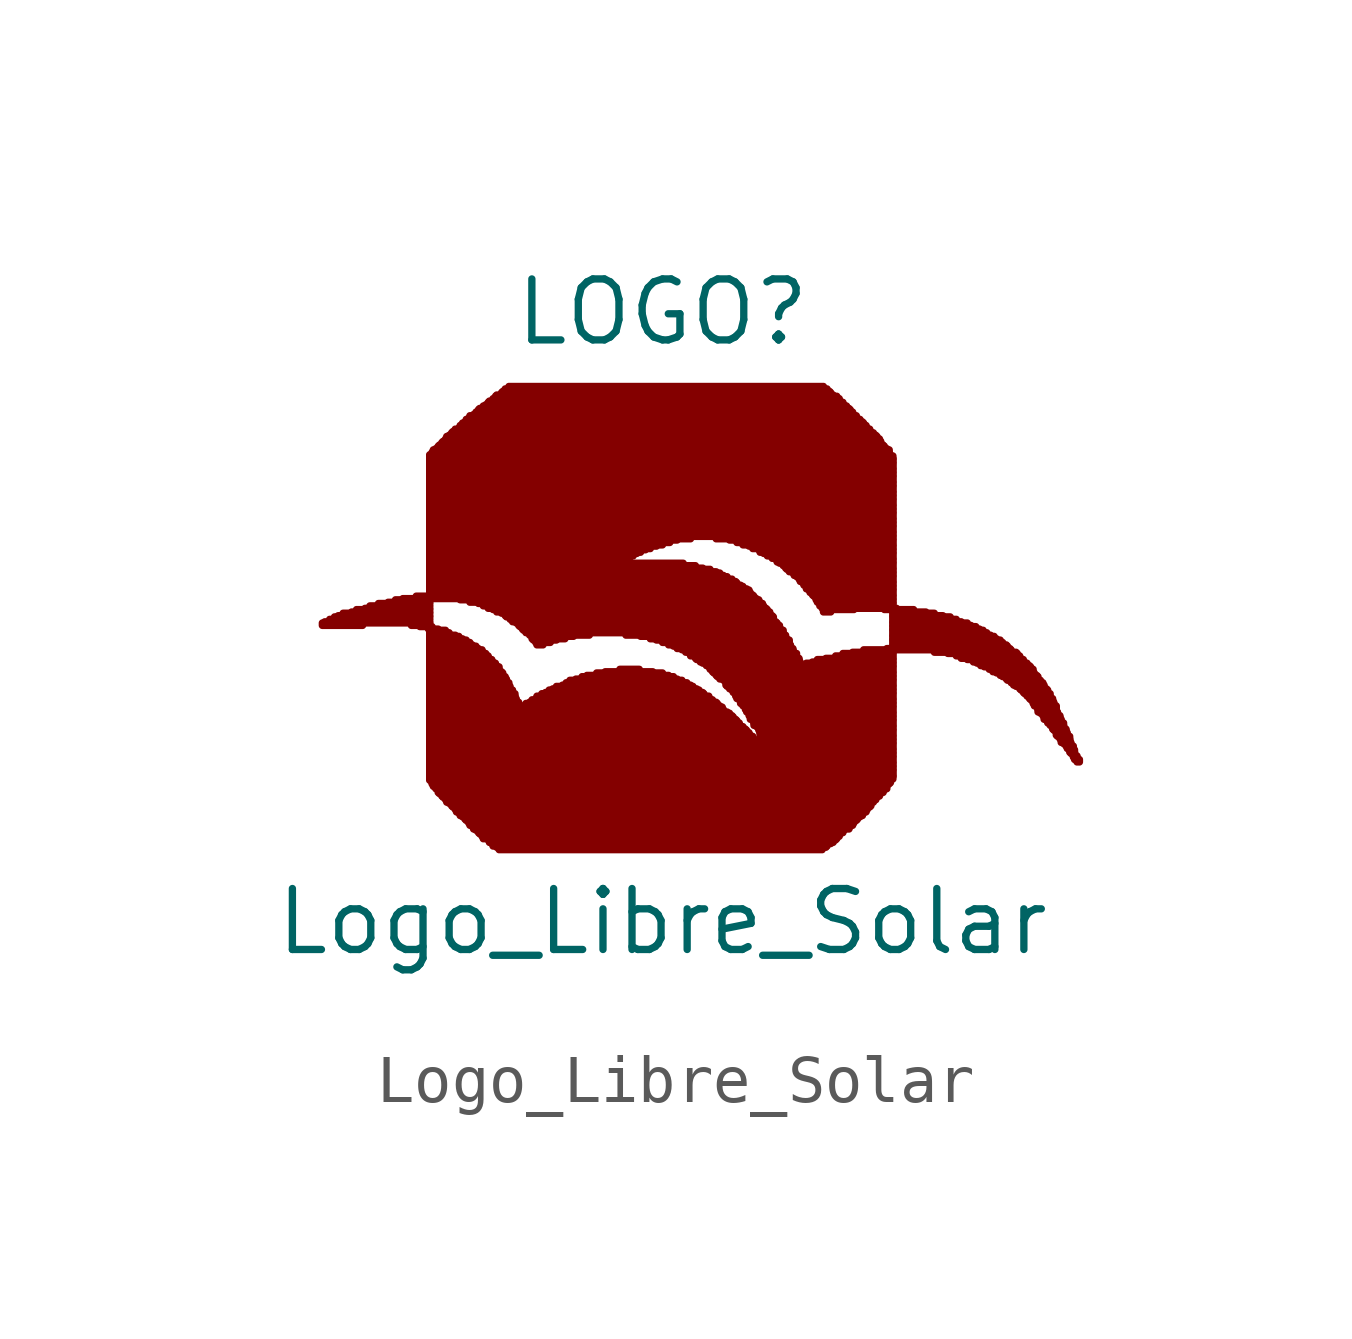
<source format=kicad_sym>
(kicad_symbol_lib
  (version 20220914)
  (generator kicad_symbol_editor)
  (symbol "Logo_Libre_Solar"
    (pin_numbers hide)
    (pin_names
      (offset 1.016) hide)
    (property "Reference" "LOGO"
      (at 0 6.985 0)
      (effects (font (size 1.27 1.27))))
    (property "Value" "Logo_Libre_Solar"
      (at 0 -5.715 0)
      (effects (font (size 1.27 1.27))))
    (symbol "Logo_Libre_Solar_1_1"
      (rectangle (start -7.087 0.457) (end -6.248 0.508) (stroke (width 0) (type default)) (fill (type outline)))
      (rectangle (start -7.036 0.508) (end -4.851 0.533) (stroke (width 0) (type default)) (fill (type outline)))
      (rectangle (start -6.934 0.533) (end -4.851 0.584) (stroke (width 0) (type default)) (fill (type outline)))
      (rectangle (start -6.833 0.584) (end -4.851 0.635) (stroke (width 0) (type default)) (fill (type outline)))
      (rectangle (start -6.756 0.635) (end -4.851 0.66) (stroke (width 0) (type default)) (fill (type outline)))
      (rectangle (start -6.655 0.66) (end -4.851 0.711) (stroke (width 0) (type default)) (fill (type outline)))
      (rectangle (start -6.477 0.711) (end -4.851 0.737) (stroke (width 0) (type default)) (fill (type outline)))
      (rectangle (start -6.375 0.737) (end -4.851 0.787) (stroke (width 0) (type default)) (fill (type outline)))
      (rectangle (start -6.198 0.787) (end -4.851 0.813) (stroke (width 0) (type default)) (fill (type outline)))
      (rectangle (start -6.096 0.813) (end -4.851 0.864) (stroke (width 0) (type default)) (fill (type outline)))
      (rectangle (start -5.918 0.864) (end -4.851 0.914) (stroke (width 0) (type default)) (fill (type outline)))
      (rectangle (start -5.715 0.914) (end -4.851 0.94) (stroke (width 0) (type default)) (fill (type outline)))
      (rectangle (start -5.563 0.94) (end -4.851 0.991) (stroke (width 0) (type default)) (fill (type outline)))
      (rectangle (start -5.41 0.991) (end -4.851 1.016) (stroke (width 0) (type default)) (fill (type outline)))
      (rectangle (start -5.232 0.457) (end -4.851 0.508) (stroke (width 0) (type default)) (fill (type outline)))
      (rectangle (start -5.131 1.016) (end 1.905 1.067) (stroke (width 0) (type default)) (fill (type outline)))
      (rectangle (start -5.055 0.432) (end -4.851 0.457) (stroke (width 0) (type default)) (fill (type outline)))
      (rectangle (start -4.877 0.381) (end -4.801 0.432) (stroke (width 0) (type default)) (fill (type outline)))
      (rectangle (start -4.851 -2.769) (end 4.75 -2.743) (stroke (width 0) (type default)) (fill (type outline)))
      (rectangle (start -4.851 -2.743) (end 4.801 -2.692) (stroke (width 0) (type default)) (fill (type outline)))
      (rectangle (start -4.851 -2.692) (end 4.801 -2.667) (stroke (width 0) (type default)) (fill (type outline)))
      (rectangle (start -4.851 -2.667) (end 4.801 -2.616) (stroke (width 0) (type default)) (fill (type outline)))
      (rectangle (start -4.851 -2.616) (end 4.801 -2.565) (stroke (width 0) (type default)) (fill (type outline)))
      (rectangle (start -4.851 -2.565) (end 4.801 -2.54) (stroke (width 0) (type default)) (fill (type outline)))
      (rectangle (start -4.851 -2.54) (end 4.801 -2.489) (stroke (width 0) (type default)) (fill (type outline)))
      (rectangle (start -4.851 -2.489) (end 4.801 -2.464) (stroke (width 0) (type default)) (fill (type outline)))
      (rectangle (start -4.851 -2.464) (end 4.801 -2.413) (stroke (width 0) (type default)) (fill (type outline)))
      (rectangle (start -4.851 -2.413) (end 4.801 -2.388) (stroke (width 0) (type default)) (fill (type outline)))
      (rectangle (start -4.851 -2.388) (end 2.362 -2.337) (stroke (width 0) (type default)) (fill (type outline)))
      (rectangle (start -4.851 -2.337) (end 2.311 -2.286) (stroke (width 0) (type default)) (fill (type outline)))
      (rectangle (start -4.851 -2.286) (end 2.286 -2.261) (stroke (width 0) (type default)) (fill (type outline)))
      (rectangle (start -4.851 -2.261) (end 2.235 -2.21) (stroke (width 0) (type default)) (fill (type outline)))
      (rectangle (start -4.851 -2.21) (end 2.184 -2.184) (stroke (width 0) (type default)) (fill (type outline)))
      (rectangle (start -4.851 -2.184) (end 2.159 -2.134) (stroke (width 0) (type default)) (fill (type outline)))
      (rectangle (start -4.851 -2.134) (end 2.108 -2.108) (stroke (width 0) (type default)) (fill (type outline)))
      (rectangle (start -4.851 -2.108) (end 2.083 -2.057) (stroke (width 0) (type default)) (fill (type outline)))
      (rectangle (start -4.851 -2.057) (end 2.032 -2.007) (stroke (width 0) (type default)) (fill (type outline)))
      (rectangle (start -4.851 -2.007) (end 2.007 -1.981) (stroke (width 0) (type default)) (fill (type outline)))
      (rectangle (start -4.851 -1.981) (end 1.956 -1.93) (stroke (width 0) (type default)) (fill (type outline)))
      (rectangle (start -4.851 -1.93) (end 1.905 -1.905) (stroke (width 0) (type default)) (fill (type outline)))
      (rectangle (start -4.851 -1.905) (end 1.88 -1.854) (stroke (width 0) (type default)) (fill (type outline)))
      (rectangle (start -4.851 -1.854) (end 1.829 -1.829) (stroke (width 0) (type default)) (fill (type outline)))
      (rectangle (start -4.851 -1.829) (end 1.803 -1.778) (stroke (width 0) (type default)) (fill (type outline)))
      (rectangle (start -4.851 -1.778) (end 1.753 -1.727) (stroke (width 0) (type default)) (fill (type outline)))
      (rectangle (start -4.851 -1.727) (end 1.727 -1.702) (stroke (width 0) (type default)) (fill (type outline)))
      (rectangle (start -4.851 -1.702) (end 1.676 -1.651) (stroke (width 0) (type default)) (fill (type outline)))
      (rectangle (start -4.851 -1.651) (end 1.626 -1.626) (stroke (width 0) (type default)) (fill (type outline)))
      (rectangle (start -4.851 -1.626) (end 1.6 -1.575) (stroke (width 0) (type default)) (fill (type outline)))
      (rectangle (start -4.851 -1.575) (end 1.549 -1.524) (stroke (width 0) (type default)) (fill (type outline)))
      (rectangle (start -4.851 -1.524) (end 1.524 -1.499) (stroke (width 0) (type default)) (fill (type outline)))
      (rectangle (start -4.851 -1.499) (end 1.473 -1.448) (stroke (width 0) (type default)) (fill (type outline)))
      (rectangle (start -4.851 -1.448) (end 1.448 -1.422) (stroke (width 0) (type default)) (fill (type outline)))
      (rectangle (start -4.851 -1.422) (end 1.397 -1.372) (stroke (width 0) (type default)) (fill (type outline)))
      (rectangle (start -4.851 -1.372) (end 1.346 -1.346) (stroke (width 0) (type default)) (fill (type outline)))
      (rectangle (start -4.851 -1.346) (end 1.27 -1.295) (stroke (width 0) (type default)) (fill (type outline)))
      (rectangle (start -4.851 -1.295) (end 1.245 -1.245) (stroke (width 0) (type default)) (fill (type outline)))
      (rectangle (start -4.851 -1.245) (end -2.972 -1.219) (stroke (width 0) (type default)) (fill (type outline)))
      (rectangle (start -4.851 -1.219) (end -2.997 -1.168) (stroke (width 0) (type default)) (fill (type outline)))
      (rectangle (start -4.851 -1.168) (end -2.997 -1.143) (stroke (width 0) (type default)) (fill (type outline)))
      (rectangle (start -4.851 -1.143) (end -3.048 -1.092) (stroke (width 0) (type default)) (fill (type outline)))
      (rectangle (start -4.851 -1.092) (end -3.048 -1.067) (stroke (width 0) (type default)) (fill (type outline)))
      (rectangle (start -4.851 -1.067) (end -3.073 -1.016) (stroke (width 0) (type default)) (fill (type outline)))
      (rectangle (start -4.851 -1.016) (end -3.073 -0.965) (stroke (width 0) (type default)) (fill (type outline)))
      (rectangle (start -4.851 -0.965) (end -3.124 -0.94) (stroke (width 0) (type default)) (fill (type outline)))
      (rectangle (start -4.851 -0.94) (end -3.124 -0.889) (stroke (width 0) (type default)) (fill (type outline)))
      (rectangle (start -4.851 -0.889) (end -3.175 -0.864) (stroke (width 0) (type default)) (fill (type outline)))
      (rectangle (start -4.851 -0.864) (end -3.175 -0.813) (stroke (width 0) (type default)) (fill (type outline)))
      (rectangle (start -4.851 -0.813) (end -3.2 -0.787) (stroke (width 0) (type default)) (fill (type outline)))
      (rectangle (start -4.851 -0.787) (end -3.2 -0.737) (stroke (width 0) (type default)) (fill (type outline)))
      (rectangle (start -4.851 -0.737) (end -3.251 -0.686) (stroke (width 0) (type default)) (fill (type outline)))
      (rectangle (start -4.851 -0.686) (end -3.251 -0.66) (stroke (width 0) (type default)) (fill (type outline)))
      (rectangle (start -4.851 -0.66) (end -3.277 -0.61) (stroke (width 0) (type default)) (fill (type outline)))
      (rectangle (start -4.851 -0.61) (end -3.327 -0.584) (stroke (width 0) (type default)) (fill (type outline)))
      (rectangle (start -4.851 -0.584) (end -3.327 -0.533) (stroke (width 0) (type default)) (fill (type outline)))
      (rectangle (start -4.851 -0.533) (end -3.353 -0.508) (stroke (width 0) (type default)) (fill (type outline)))
      (rectangle (start -4.851 -0.508) (end -3.404 -0.457) (stroke (width 0) (type default)) (fill (type outline)))
      (rectangle (start -4.851 -0.457) (end -3.404 -0.406) (stroke (width 0) (type default)) (fill (type outline)))
      (rectangle (start -4.851 -0.406) (end -3.454 -0.381) (stroke (width 0) (type default)) (fill (type outline)))
      (rectangle (start -4.851 -0.381) (end -3.48 -0.33) (stroke (width 0) (type default)) (fill (type outline)))
      (rectangle (start -4.851 -0.33) (end -3.531 -0.305) (stroke (width 0) (type default)) (fill (type outline)))
      (rectangle (start -4.851 -0.305) (end -3.556 -0.254) (stroke (width 0) (type default)) (fill (type outline)))
      (rectangle (start -4.851 -0.254) (end -3.607 -0.229) (stroke (width 0) (type default)) (fill (type outline)))
      (rectangle (start -4.851 -0.229) (end -3.632 -0.178) (stroke (width 0) (type default)) (fill (type outline)))
      (rectangle (start -4.851 -0.178) (end -3.683 -0.127) (stroke (width 0) (type default)) (fill (type outline)))
      (rectangle (start -4.851 -0.127) (end -3.734 -0.102) (stroke (width 0) (type default)) (fill (type outline)))
      (rectangle (start -4.851 -0.102) (end -3.759 -0.051) (stroke (width 0) (type default)) (fill (type outline)))
      (rectangle (start -4.851 -0.051) (end -3.835 -0.025) (stroke (width 0) (type default)) (fill (type outline)))
      (rectangle (start -4.851 -0.025) (end -3.886 0.025) (stroke (width 0) (type default)) (fill (type outline)))
      (rectangle (start -4.851 0.025) (end -3.962 0.051) (stroke (width 0) (type default)) (fill (type outline)))
      (rectangle (start -4.851 0.051) (end -4.013 0.102) (stroke (width 0) (type default)) (fill (type outline)))
      (rectangle (start -4.851 0.102) (end -4.089 0.152) (stroke (width 0) (type default)) (fill (type outline)))
      (rectangle (start -4.851 0.152) (end -4.166 0.178) (stroke (width 0) (type default)) (fill (type outline)))
      (rectangle (start -4.851 0.178) (end -4.242 0.229) (stroke (width 0) (type default)) (fill (type outline)))
      (rectangle (start -4.851 0.229) (end -4.318 0.254) (stroke (width 0) (type default)) (fill (type outline)))
      (rectangle (start -4.851 0.254) (end -4.445 0.305) (stroke (width 0) (type default)) (fill (type outline)))
      (rectangle (start -4.851 0.305) (end -4.521 0.356) (stroke (width 0) (type default)) (fill (type outline)))
      (rectangle (start -4.851 0.356) (end -4.674 0.381) (stroke (width 0) (type default)) (fill (type outline)))
      (rectangle (start -4.851 1.067) (end 1.88 1.092) (stroke (width 0) (type default)) (fill (type outline)))
      (rectangle (start -4.851 1.092) (end 1.829 1.143) (stroke (width 0) (type default)) (fill (type outline)))
      (rectangle (start -4.851 1.143) (end 1.803 1.194) (stroke (width 0) (type default)) (fill (type outline)))
      (rectangle (start -4.851 1.194) (end 1.753 1.219) (stroke (width 0) (type default)) (fill (type outline)))
      (rectangle (start -4.851 1.219) (end 1.676 1.27) (stroke (width 0) (type default)) (fill (type outline)))
      (rectangle (start -4.851 1.27) (end 1.626 1.295) (stroke (width 0) (type default)) (fill (type outline)))
      (rectangle (start -4.851 1.295) (end 1.549 1.346) (stroke (width 0) (type default)) (fill (type outline)))
      (rectangle (start -4.851 1.346) (end 1.524 1.372) (stroke (width 0) (type default)) (fill (type outline)))
      (rectangle (start -4.851 1.372) (end 1.448 1.422) (stroke (width 0) (type default)) (fill (type outline)))
      (rectangle (start -4.851 1.422) (end 1.346 1.473) (stroke (width 0) (type default)) (fill (type outline)))
      (rectangle (start -4.851 1.473) (end 1.27 1.499) (stroke (width 0) (type default)) (fill (type outline)))
      (rectangle (start -4.851 1.499) (end 1.194 1.549) (stroke (width 0) (type default)) (fill (type outline)))
      (rectangle (start -4.851 1.549) (end 1.118 1.575) (stroke (width 0) (type default)) (fill (type outline)))
      (rectangle (start -4.851 1.575) (end 0.991 1.626) (stroke (width 0) (type default)) (fill (type outline)))
      (rectangle (start -4.851 1.626) (end 0.838 1.651) (stroke (width 0) (type default)) (fill (type outline)))
      (rectangle (start -4.851 1.651) (end 0.686 1.702) (stroke (width 0) (type default)) (fill (type outline)))
      (rectangle (start -4.851 1.702) (end 0.432 1.753) (stroke (width 0) (type default)) (fill (type outline)))
      (rectangle (start -4.851 1.753) (end -0.838 1.778) (stroke (width 0) (type default)) (fill (type outline)))
      (rectangle (start -4.851 1.778) (end -0.813 1.829) (stroke (width 0) (type default)) (fill (type outline)))
      (rectangle (start -4.851 1.829) (end -0.762 1.854) (stroke (width 0) (type default)) (fill (type outline)))
      (rectangle (start -4.851 1.854) (end -0.686 1.905) (stroke (width 0) (type default)) (fill (type outline)))
      (rectangle (start -4.851 1.905) (end -0.61 1.956) (stroke (width 0) (type default)) (fill (type outline)))
      (rectangle (start -4.851 1.956) (end -0.533 1.981) (stroke (width 0) (type default)) (fill (type outline)))
      (rectangle (start -4.851 1.981) (end -0.457 2.032) (stroke (width 0) (type default)) (fill (type outline)))
      (rectangle (start -4.851 2.032) (end -0.356 2.057) (stroke (width 0) (type default)) (fill (type outline)))
      (rectangle (start -4.851 2.057) (end -0.254 2.108) (stroke (width 0) (type default)) (fill (type outline)))
      (rectangle (start -4.851 2.108) (end -0.127 2.134) (stroke (width 0) (type default)) (fill (type outline)))
      (rectangle (start -4.851 2.134) (end 0 2.184) (stroke (width 0) (type default)) (fill (type outline)))
      (rectangle (start -4.851 2.184) (end 0.152 2.235) (stroke (width 0) (type default)) (fill (type outline)))
      (rectangle (start -4.851 2.235) (end 0.305 2.261) (stroke (width 0) (type default)) (fill (type outline)))
      (rectangle (start -4.851 2.261) (end 0.584 2.311) (stroke (width 0) (type default)) (fill (type outline)))
      (rectangle (start -4.851 2.311) (end 4.801 2.337) (stroke (width 0) (type default)) (fill (type outline)))
      (rectangle (start -4.851 2.337) (end 4.801 2.388) (stroke (width 0) (type default)) (fill (type outline)))
      (rectangle (start -4.851 2.388) (end 4.801 2.413) (stroke (width 0) (type default)) (fill (type outline)))
      (rectangle (start -4.851 2.413) (end 4.801 2.464) (stroke (width 0) (type default)) (fill (type outline)))
      (rectangle (start -4.851 2.464) (end 4.801 2.515) (stroke (width 0) (type default)) (fill (type outline)))
      (rectangle (start -4.851 2.515) (end 4.801 2.54) (stroke (width 0) (type default)) (fill (type outline)))
      (rectangle (start -4.851 2.54) (end 4.801 2.591) (stroke (width 0) (type default)) (fill (type outline)))
      (rectangle (start -4.851 2.591) (end 4.801 2.616) (stroke (width 0) (type default)) (fill (type outline)))
      (rectangle (start -4.851 2.616) (end 4.801 2.667) (stroke (width 0) (type default)) (fill (type outline)))
      (rectangle (start -4.851 2.667) (end 4.801 2.692) (stroke (width 0) (type default)) (fill (type outline)))
      (rectangle (start -4.851 2.692) (end 4.801 2.743) (stroke (width 0) (type default)) (fill (type outline)))
      (rectangle (start -4.851 2.743) (end 4.801 2.794) (stroke (width 0) (type default)) (fill (type outline)))
      (rectangle (start -4.851 2.794) (end 4.801 2.819) (stroke (width 0) (type default)) (fill (type outline)))
      (rectangle (start -4.851 2.819) (end 4.801 2.87) (stroke (width 0) (type default)) (fill (type outline)))
      (rectangle (start -4.851 2.87) (end 4.801 2.896) (stroke (width 0) (type default)) (fill (type outline)))
      (rectangle (start -4.851 2.896) (end 4.801 2.946) (stroke (width 0) (type default)) (fill (type outline)))
      (rectangle (start -4.851 2.946) (end 4.801 2.972) (stroke (width 0) (type default)) (fill (type outline)))
      (rectangle (start -4.851 2.972) (end 4.801 3.023) (stroke (width 0) (type default)) (fill (type outline)))
      (rectangle (start -4.851 3.023) (end 4.801 3.073) (stroke (width 0) (type default)) (fill (type outline)))
      (rectangle (start -4.851 3.073) (end 4.801 3.099) (stroke (width 0) (type default)) (fill (type outline)))
      (rectangle (start -4.851 3.099) (end 4.801 3.15) (stroke (width 0) (type default)) (fill (type outline)))
      (rectangle (start -4.851 3.15) (end 4.801 3.175) (stroke (width 0) (type default)) (fill (type outline)))
      (rectangle (start -4.851 3.175) (end 4.801 3.226) (stroke (width 0) (type default)) (fill (type outline)))
      (rectangle (start -4.851 3.226) (end 4.801 3.251) (stroke (width 0) (type default)) (fill (type outline)))
      (rectangle (start -4.851 3.251) (end 4.801 3.302) (stroke (width 0) (type default)) (fill (type outline)))
      (rectangle (start -4.851 3.302) (end 4.801 3.353) (stroke (width 0) (type default)) (fill (type outline)))
      (rectangle (start -4.851 3.353) (end 4.801 3.378) (stroke (width 0) (type default)) (fill (type outline)))
      (rectangle (start -4.851 3.378) (end 4.801 3.429) (stroke (width 0) (type default)) (fill (type outline)))
      (rectangle (start -4.851 3.429) (end 4.801 3.454) (stroke (width 0) (type default)) (fill (type outline)))
      (rectangle (start -4.851 3.454) (end 4.801 3.505) (stroke (width 0) (type default)) (fill (type outline)))
      (rectangle (start -4.851 3.505) (end 4.801 3.556) (stroke (width 0) (type default)) (fill (type outline)))
      (rectangle (start -4.851 3.556) (end 4.801 3.581) (stroke (width 0) (type default)) (fill (type outline)))
      (rectangle (start -4.851 3.581) (end 4.801 3.632) (stroke (width 0) (type default)) (fill (type outline)))
      (rectangle (start -4.851 3.632) (end 4.801 3.658) (stroke (width 0) (type default)) (fill (type outline)))
      (rectangle (start -4.851 3.658) (end 4.801 3.708) (stroke (width 0) (type default)) (fill (type outline)))
      (rectangle (start -4.851 3.708) (end 4.801 3.734) (stroke (width 0) (type default)) (fill (type outline)))
      (rectangle (start -4.851 3.734) (end 4.801 3.785) (stroke (width 0) (type default)) (fill (type outline)))
      (rectangle (start -4.851 3.785) (end 4.801 3.835) (stroke (width 0) (type default)) (fill (type outline)))
      (rectangle (start -4.851 3.835) (end 4.801 3.861) (stroke (width 0) (type default)) (fill (type outline)))
      (rectangle (start -4.851 3.861) (end 4.801 3.912) (stroke (width 0) (type default)) (fill (type outline)))
      (rectangle (start -4.851 3.912) (end 4.801 3.937) (stroke (width 0) (type default)) (fill (type outline)))
      (rectangle (start -4.851 3.937) (end 4.801 3.988) (stroke (width 0) (type default)) (fill (type outline)))
      (rectangle (start -4.851 3.988) (end 4.75 4.013) (stroke (width 0) (type default)) (fill (type outline)))
      (rectangle (start -4.801 -2.845) (end 4.724 -2.819) (stroke (width 0) (type default)) (fill (type outline)))
      (rectangle (start -4.801 -2.819) (end 4.75 -2.769) (stroke (width 0) (type default)) (fill (type outline)))
      (rectangle (start -4.801 4.013) (end 4.724 4.064) (stroke (width 0) (type default)) (fill (type outline)))
      (rectangle (start -4.775 -2.896) (end 4.674 -2.845) (stroke (width 0) (type default)) (fill (type outline)))
      (rectangle (start -4.775 4.064) (end 4.724 4.115) (stroke (width 0) (type default)) (fill (type outline)))
      (rectangle (start -4.724 -2.946) (end 4.674 -2.896) (stroke (width 0) (type default)) (fill (type outline)))
      (rectangle (start -4.724 4.115) (end 4.674 4.14) (stroke (width 0) (type default)) (fill (type outline)))
      (rectangle (start -4.674 -3.023) (end 4.597 -2.972) (stroke (width 0) (type default)) (fill (type outline)))
      (rectangle (start -4.674 -2.972) (end 4.623 -2.946) (stroke (width 0) (type default)) (fill (type outline)))
      (rectangle (start -4.674 4.14) (end 4.623 4.191) (stroke (width 0) (type default)) (fill (type outline)))
      (rectangle (start -4.648 -3.048) (end 4.547 -3.023) (stroke (width 0) (type default)) (fill (type outline)))
      (rectangle (start -4.648 4.191) (end 4.597 4.216) (stroke (width 0) (type default)) (fill (type outline)))
      (rectangle (start -4.597 -3.099) (end 4.521 -3.048) (stroke (width 0) (type default)) (fill (type outline)))
      (rectangle (start -4.597 4.216) (end 4.547 4.267) (stroke (width 0) (type default)) (fill (type outline)))
      (rectangle (start -4.572 -3.124) (end 4.47 -3.099) (stroke (width 0) (type default)) (fill (type outline)))
      (rectangle (start -4.572 4.267) (end 4.547 4.293) (stroke (width 0) (type default)) (fill (type outline)))
      (rectangle (start -4.521 -3.175) (end 4.445 -3.124) (stroke (width 0) (type default)) (fill (type outline)))
      (rectangle (start -4.521 4.293) (end 4.521 4.343) (stroke (width 0) (type default)) (fill (type outline)))
      (rectangle (start -4.496 -3.226) (end 4.394 -3.175) (stroke (width 0) (type default)) (fill (type outline)))
      (rectangle (start -4.496 4.343) (end 4.47 4.394) (stroke (width 0) (type default)) (fill (type outline)))
      (rectangle (start -4.445 -3.251) (end 4.343 -3.226) (stroke (width 0) (type default)) (fill (type outline)))
      (rectangle (start -4.445 4.394) (end 4.445 4.42) (stroke (width 0) (type default)) (fill (type outline)))
      (rectangle (start -4.394 -3.302) (end 4.343 -3.251) (stroke (width 0) (type default)) (fill (type outline)))
      (rectangle (start -4.394 4.42) (end 4.394 4.47) (stroke (width 0) (type default)) (fill (type outline)))
      (rectangle (start -4.369 -3.327) (end 4.318 -3.302) (stroke (width 0) (type default)) (fill (type outline)))
      (rectangle (start -4.369 4.47) (end 4.343 4.496) (stroke (width 0) (type default)) (fill (type outline)))
      (rectangle (start -4.318 -3.378) (end 4.267 -3.327) (stroke (width 0) (type default)) (fill (type outline)))
      (rectangle (start -4.318 4.496) (end 4.318 4.547) (stroke (width 0) (type default)) (fill (type outline)))
      (rectangle (start -4.293 -3.429) (end 4.242 -3.378) (stroke (width 0) (type default)) (fill (type outline)))
      (rectangle (start -4.242 -3.454) (end 4.191 -3.429) (stroke (width 0) (type default)) (fill (type outline)))
      (rectangle (start -4.242 4.547) (end 4.267 4.572) (stroke (width 0) (type default)) (fill (type outline)))
      (rectangle (start -4.216 -3.505) (end 4.166 -3.454) (stroke (width 0) (type default)) (fill (type outline)))
      (rectangle (start -4.216 0.991) (end 1.956 1.016) (stroke (width 0) (type default)) (fill (type outline)))
      (rectangle (start -4.216 4.572) (end 4.242 4.623) (stroke (width 0) (type default)) (fill (type outline)))
      (rectangle (start -4.166 -3.531) (end 4.115 -3.505) (stroke (width 0) (type default)) (fill (type outline)))
      (rectangle (start -4.166 4.623) (end 4.191 4.674) (stroke (width 0) (type default)) (fill (type outline)))
      (rectangle (start -4.115 -3.581) (end 4.064 -3.531) (stroke (width 0) (type default)) (fill (type outline)))
      (rectangle (start -4.115 4.674) (end 4.166 4.699) (stroke (width 0) (type default)) (fill (type outline)))
      (rectangle (start -4.089 -3.607) (end 4.039 -3.581) (stroke (width 0) (type default)) (fill (type outline)))
      (rectangle (start -4.089 4.699) (end 4.115 4.75) (stroke (width 0) (type default)) (fill (type outline)))
      (rectangle (start -4.039 -3.658) (end 3.988 -3.607) (stroke (width 0) (type default)) (fill (type outline)))
      (rectangle (start -4.039 4.75) (end 4.064 4.775) (stroke (width 0) (type default)) (fill (type outline)))
      (rectangle (start -4.013 -3.708) (end 3.962 -3.658) (stroke (width 0) (type default)) (fill (type outline)))
      (rectangle (start -4.013 0.94) (end 2.007 0.991) (stroke (width 0) (type default)) (fill (type outline)))
      (rectangle (start -4.013 4.775) (end 4.039 4.826) (stroke (width 0) (type default)) (fill (type outline)))
      (rectangle (start -3.962 -3.734) (end 3.912 -3.708) (stroke (width 0) (type default)) (fill (type outline)))
      (rectangle (start -3.937 -3.785) (end 3.886 -3.734) (stroke (width 0) (type default)) (fill (type outline)))
      (rectangle (start -3.937 4.826) (end 3.988 4.851) (stroke (width 0) (type default)) (fill (type outline)))
      (rectangle (start -3.886 -3.81) (end 3.785 -3.785) (stroke (width 0) (type default)) (fill (type outline)))
      (rectangle (start -3.886 4.851) (end 3.962 4.902) (stroke (width 0) (type default)) (fill (type outline)))
      (rectangle (start -3.835 -3.861) (end 3.759 -3.81) (stroke (width 0) (type default)) (fill (type outline)))
      (rectangle (start -3.835 0.914) (end 2.032 0.94) (stroke (width 0) (type default)) (fill (type outline)))
      (rectangle (start -3.835 4.902) (end 3.912 4.953) (stroke (width 0) (type default)) (fill (type outline)))
      (rectangle (start -3.81 -3.886) (end 3.708 -3.861) (stroke (width 0) (type default)) (fill (type outline)))
      (rectangle (start -3.81 4.953) (end 3.886 4.978) (stroke (width 0) (type default)) (fill (type outline)))
      (rectangle (start -3.759 -3.937) (end 3.683 -3.886) (stroke (width 0) (type default)) (fill (type outline)))
      (rectangle (start -3.734 -3.988) (end 3.632 -3.937) (stroke (width 0) (type default)) (fill (type outline)))
      (rectangle (start -3.734 0.864) (end 2.083 0.914) (stroke (width 0) (type default)) (fill (type outline)))
      (rectangle (start -3.734 4.978) (end 3.835 5.029) (stroke (width 0) (type default)) (fill (type outline)))
      (rectangle (start -3.683 5.029) (end 3.785 5.055) (stroke (width 0) (type default)) (fill (type outline)))
      (rectangle (start -3.632 -4.013) (end 3.607 -3.988) (stroke (width 0) (type default)) (fill (type outline)))
      (rectangle (start -3.632 0.813) (end 2.108 0.864) (stroke (width 0) (type default)) (fill (type outline)))
      (rectangle (start -3.632 5.055) (end 3.759 5.105) (stroke (width 0) (type default)) (fill (type outline)))
      (rectangle (start -3.607 -4.064) (end 3.556 -4.013) (stroke (width 0) (type default)) (fill (type outline)))
      (rectangle (start -3.607 5.105) (end 3.708 5.131) (stroke (width 0) (type default)) (fill (type outline)))
      (rectangle (start -3.556 -4.089) (end 3.505 -4.064) (stroke (width 0) (type default)) (fill (type outline)))
      (rectangle (start -3.531 -4.14) (end 3.429 -4.089) (stroke (width 0) (type default)) (fill (type outline)))
      (rectangle (start -3.531 0.787) (end 2.159 0.813) (stroke (width 0) (type default)) (fill (type outline)))
      (rectangle (start -3.531 5.131) (end 3.683 5.182) (stroke (width 0) (type default)) (fill (type outline)))
      (rectangle (start -3.48 5.182) (end 3.632 5.232) (stroke (width 0) (type default)) (fill (type outline)))
      (rectangle (start -3.454 -4.166) (end 3.404 -4.14) (stroke (width 0) (type default)) (fill (type outline)))
      (rectangle (start -3.454 0.737) (end 2.184 0.787) (stroke (width 0) (type default)) (fill (type outline)))
      (rectangle (start -3.454 5.232) (end 3.556 5.258) (stroke (width 0) (type default)) (fill (type outline)))
      (rectangle (start -3.404 -4.216) (end 3.327 -4.166) (stroke (width 0) (type default)) (fill (type outline)))
      (rectangle (start -3.353 0.711) (end 2.235 0.737) (stroke (width 0) (type default)) (fill (type outline)))
      (rectangle (start -3.353 5.258) (end 3.505 5.309) (stroke (width 0) (type default)) (fill (type outline)))
      (rectangle (start -3.327 5.309) (end 3.48 5.334) (stroke (width 0) (type default)) (fill (type outline)))
      (rectangle (start -3.277 0.66) (end 2.235 0.711) (stroke (width 0) (type default)) (fill (type outline)))
      (rectangle (start -3.277 5.334) (end 3.429 5.385) (stroke (width 0) (type default)) (fill (type outline)))
      (rectangle (start -3.251 0.635) (end 2.286 0.66) (stroke (width 0) (type default)) (fill (type outline)))
      (rectangle (start -3.2 5.385) (end 3.353 5.436) (stroke (width 0) (type default)) (fill (type outline)))
      (rectangle (start -3.175 0.584) (end 2.311 0.635) (stroke (width 0) (type default)) (fill (type outline)))
      (rectangle (start -3.124 0.533) (end 2.311 0.584) (stroke (width 0) (type default)) (fill (type outline)))
      (rectangle (start -3.048 0.508) (end 2.362 0.533) (stroke (width 0) (type default)) (fill (type outline)))
      (rectangle (start -2.997 0.457) (end 2.388 0.508) (stroke (width 0) (type default)) (fill (type outline)))
      (rectangle (start -2.972 0.432) (end 2.438 0.457) (stroke (width 0) (type default)) (fill (type outline)))
      (rectangle (start -2.921 -1.245) (end 1.194 -1.219) (stroke (width 0) (type default)) (fill (type outline)))
      (rectangle (start -2.921 0.381) (end 2.438 0.432) (stroke (width 0) (type default)) (fill (type outline)))
      (rectangle (start -2.896 0.356) (end 2.464 0.381) (stroke (width 0) (type default)) (fill (type outline)))
      (rectangle (start -2.845 -1.219) (end 1.143 -1.168) (stroke (width 0) (type default)) (fill (type outline)))
      (rectangle (start -2.845 0.305) (end 2.515 0.356) (stroke (width 0) (type default)) (fill (type outline)))
      (rectangle (start -2.769 -1.168) (end 1.118 -1.143) (stroke (width 0) (type default)) (fill (type outline)))
      (rectangle (start -2.769 0.254) (end -1.524 0.305) (stroke (width 0) (type default)) (fill (type outline)))
      (rectangle (start -2.718 -1.143) (end 1.041 -1.092) (stroke (width 0) (type default)) (fill (type outline)))
      (rectangle (start -2.718 0.178) (end -2.032 0.229) (stroke (width 0) (type default)) (fill (type outline)))
      (rectangle (start -2.718 0.229) (end -1.854 0.254) (stroke (width 0) (type default)) (fill (type outline)))
      (rectangle (start -2.692 0.152) (end -2.21 0.178) (stroke (width 0) (type default)) (fill (type outline)))
      (rectangle (start -2.642 -1.092) (end 0.991 -1.067) (stroke (width 0) (type default)) (fill (type outline)))
      (rectangle (start -2.642 0.102) (end -2.337 0.152) (stroke (width 0) (type default)) (fill (type outline)))
      (rectangle (start -2.616 -1.067) (end 0.965 -1.016) (stroke (width 0) (type default)) (fill (type outline)))
      (rectangle (start -2.616 0.051) (end -2.489 0.102) (stroke (width 0) (type default)) (fill (type outline)))
      (rectangle (start -2.515 -1.016) (end 0.864 -0.965) (stroke (width 0) (type default)) (fill (type outline)))
      (rectangle (start -2.438 -0.965) (end 0.838 -0.94) (stroke (width 0) (type default)) (fill (type outline)))
      (rectangle (start -2.362 -0.94) (end 0.762 -0.889) (stroke (width 0) (type default)) (fill (type outline)))
      (rectangle (start -2.286 -0.889) (end 0.711 -0.864) (stroke (width 0) (type default)) (fill (type outline)))
      (rectangle (start -2.21 -0.864) (end 0.635 -0.813) (stroke (width 0) (type default)) (fill (type outline)))
      (rectangle (start -2.083 -0.813) (end 0.584 -0.787) (stroke (width 0) (type default)) (fill (type outline)))
      (rectangle (start -2.007 -0.787) (end 0.508 -0.737) (stroke (width 0) (type default)) (fill (type outline)))
      (rectangle (start -1.93 -0.737) (end 0.406 -0.686) (stroke (width 0) (type default)) (fill (type outline)))
      (rectangle (start -1.803 -0.686) (end 0.305 -0.66) (stroke (width 0) (type default)) (fill (type outline)))
      (rectangle (start -1.676 -0.66) (end 0.229 -0.61) (stroke (width 0) (type default)) (fill (type outline)))
      (rectangle (start -1.575 -0.61) (end 0.127 -0.584) (stroke (width 0) (type default)) (fill (type outline)))
      (rectangle (start -1.372 -0.584) (end 0 -0.533) (stroke (width 0) (type default)) (fill (type outline)))
      (rectangle (start -1.194 -0.533) (end -0.203 -0.508) (stroke (width 0) (type default)) (fill (type outline)))
      (rectangle (start -0.889 -0.508) (end -0.483 -0.457) (stroke (width 0) (type default)) (fill (type outline)))
      (rectangle (start -0.762 0.254) (end 2.515 0.305) (stroke (width 0) (type default)) (fill (type outline)))
      (rectangle (start -0.457 0.229) (end 2.565 0.254) (stroke (width 0) (type default)) (fill (type outline)))
      (rectangle (start -0.254 0.178) (end 2.565 0.229) (stroke (width 0) (type default)) (fill (type outline)))
      (rectangle (start -0.127 0.152) (end 2.591 0.178) (stroke (width 0) (type default)) (fill (type outline)))
      (rectangle (start 0 0.102) (end 2.642 0.152) (stroke (width 0) (type default)) (fill (type outline)))
      (rectangle (start 0.127 0.051) (end 2.642 0.102) (stroke (width 0) (type default)) (fill (type outline)))
      (rectangle (start 0.229 0.025) (end 2.667 0.051) (stroke (width 0) (type default)) (fill (type outline)))
      (rectangle (start 0.305 -0.025) (end 2.667 0.025) (stroke (width 0) (type default)) (fill (type outline)))
      (rectangle (start 0.406 -0.051) (end 2.718 -0.025) (stroke (width 0) (type default)) (fill (type outline)))
      (rectangle (start 0.483 -0.102) (end 2.718 -0.051) (stroke (width 0) (type default)) (fill (type outline)))
      (rectangle (start 0.559 -0.127) (end 2.743 -0.102) (stroke (width 0) (type default)) (fill (type outline)))
      (rectangle (start 0.584 -0.178) (end 2.794 -0.127) (stroke (width 0) (type default)) (fill (type outline)))
      (rectangle (start 0.686 -0.229) (end 2.794 -0.178) (stroke (width 0) (type default)) (fill (type outline)))
      (rectangle (start 0.711 -0.254) (end 2.845 -0.229) (stroke (width 0) (type default)) (fill (type outline)))
      (rectangle (start 0.787 -0.305) (end 2.845 -0.254) (stroke (width 0) (type default)) (fill (type outline)))
      (rectangle (start 0.838 -0.33) (end 2.87 -0.305) (stroke (width 0) (type default)) (fill (type outline)))
      (rectangle (start 0.914 -0.381) (end 2.87 -0.33) (stroke (width 0) (type default)) (fill (type outline)))
      (rectangle (start 0.965 -0.406) (end 4.801 -0.381) (stroke (width 0) (type default)) (fill (type outline)))
      (rectangle (start 0.991 -0.457) (end 4.801 -0.406) (stroke (width 0) (type default)) (fill (type outline)))
      (rectangle (start 1.041 -0.508) (end 4.801 -0.457) (stroke (width 0) (type default)) (fill (type outline)))
      (rectangle (start 1.067 -0.533) (end 4.801 -0.508) (stroke (width 0) (type default)) (fill (type outline)))
      (rectangle (start 1.118 -0.584) (end 4.801 -0.533) (stroke (width 0) (type default)) (fill (type outline)))
      (rectangle (start 1.118 2.261) (end 4.801 2.311) (stroke (width 0) (type default)) (fill (type outline)))
      (rectangle (start 1.143 -0.61) (end 4.801 -0.584) (stroke (width 0) (type default)) (fill (type outline)))
      (rectangle (start 1.194 -0.66) (end 4.801 -0.61) (stroke (width 0) (type default)) (fill (type outline)))
      (rectangle (start 1.27 -0.686) (end 4.801 -0.66) (stroke (width 0) (type default)) (fill (type outline)))
      (rectangle (start 1.321 -0.787) (end 4.801 -0.737) (stroke (width 0) (type default)) (fill (type outline)))
      (rectangle (start 1.321 -0.737) (end 4.801 -0.686) (stroke (width 0) (type default)) (fill (type outline)))
      (rectangle (start 1.346 -0.813) (end 4.801 -0.787) (stroke (width 0) (type default)) (fill (type outline)))
      (rectangle (start 1.397 -0.864) (end 4.801 -0.813) (stroke (width 0) (type default)) (fill (type outline)))
      (rectangle (start 1.397 2.235) (end 4.801 2.261) (stroke (width 0) (type default)) (fill (type outline)))
      (rectangle (start 1.448 -0.889) (end 4.801 -0.864) (stroke (width 0) (type default)) (fill (type outline)))
      (rectangle (start 1.473 -0.94) (end 4.801 -0.889) (stroke (width 0) (type default)) (fill (type outline)))
      (rectangle (start 1.524 -1.016) (end 4.801 -0.965) (stroke (width 0) (type default)) (fill (type outline)))
      (rectangle (start 1.524 -0.965) (end 4.801 -0.94) (stroke (width 0) (type default)) (fill (type outline)))
      (rectangle (start 1.549 -1.067) (end 4.801 -1.016) (stroke (width 0) (type default)) (fill (type outline)))
      (rectangle (start 1.549 2.184) (end 4.801 2.235) (stroke (width 0) (type default)) (fill (type outline)))
      (rectangle (start 1.6 -1.092) (end 4.801 -1.067) (stroke (width 0) (type default)) (fill (type outline)))
      (rectangle (start 1.626 -1.168) (end 4.801 -1.143) (stroke (width 0) (type default)) (fill (type outline)))
      (rectangle (start 1.626 -1.143) (end 4.801 -1.092) (stroke (width 0) (type default)) (fill (type outline)))
      (rectangle (start 1.676 -1.219) (end 4.801 -1.168) (stroke (width 0) (type default)) (fill (type outline)))
      (rectangle (start 1.676 2.134) (end 4.801 2.184) (stroke (width 0) (type default)) (fill (type outline)))
      (rectangle (start 1.727 -1.295) (end 4.801 -1.245) (stroke (width 0) (type default)) (fill (type outline)))
      (rectangle (start 1.727 -1.245) (end 4.801 -1.219) (stroke (width 0) (type default)) (fill (type outline)))
      (rectangle (start 1.753 -1.346) (end 4.801 -1.295) (stroke (width 0) (type default)) (fill (type outline)))
      (rectangle (start 1.803 -1.422) (end 4.801 -1.372) (stroke (width 0) (type default)) (fill (type outline)))
      (rectangle (start 1.803 -1.372) (end 4.801 -1.346) (stroke (width 0) (type default)) (fill (type outline)))
      (rectangle (start 1.803 2.108) (end 4.801 2.134) (stroke (width 0) (type default)) (fill (type outline)))
      (rectangle (start 1.829 -1.499) (end 4.801 -1.448) (stroke (width 0) (type default)) (fill (type outline)))
      (rectangle (start 1.829 -1.448) (end 4.801 -1.422) (stroke (width 0) (type default)) (fill (type outline)))
      (rectangle (start 1.88 -1.524) (end 4.801 -1.499) (stroke (width 0) (type default)) (fill (type outline)))
      (rectangle (start 1.88 2.057) (end 4.801 2.108) (stroke (width 0) (type default)) (fill (type outline)))
      (rectangle (start 1.905 -1.626) (end 4.801 -1.575) (stroke (width 0) (type default)) (fill (type outline)))
      (rectangle (start 1.905 -1.575) (end 4.801 -1.524) (stroke (width 0) (type default)) (fill (type outline)))
      (rectangle (start 1.956 -1.651) (end 4.801 -1.626) (stroke (width 0) (type default)) (fill (type outline)))
      (rectangle (start 2.007 -1.727) (end 4.801 -1.702) (stroke (width 0) (type default)) (fill (type outline)))
      (rectangle (start 2.007 -1.702) (end 4.801 -1.651) (stroke (width 0) (type default)) (fill (type outline)))
      (rectangle (start 2.007 2.032) (end 4.801 2.057) (stroke (width 0) (type default)) (fill (type outline)))
      (rectangle (start 2.032 -1.829) (end 4.801 -1.778) (stroke (width 0) (type default)) (fill (type outline)))
      (rectangle (start 2.032 -1.778) (end 4.801 -1.727) (stroke (width 0) (type default)) (fill (type outline)))
      (rectangle (start 2.032 1.981) (end 4.801 2.032) (stroke (width 0) (type default)) (fill (type outline)))
      (rectangle (start 2.083 -1.905) (end 4.801 -1.854) (stroke (width 0) (type default)) (fill (type outline)))
      (rectangle (start 2.083 -1.854) (end 4.801 -1.829) (stroke (width 0) (type default)) (fill (type outline)))
      (rectangle (start 2.108 -1.93) (end 4.801 -1.905) (stroke (width 0) (type default)) (fill (type outline)))
      (rectangle (start 2.108 1.956) (end 4.801 1.981) (stroke (width 0) (type default)) (fill (type outline)))
      (rectangle (start 2.159 -2.007) (end 4.801 -1.981) (stroke (width 0) (type default)) (fill (type outline)))
      (rectangle (start 2.159 -1.981) (end 4.801 -1.93) (stroke (width 0) (type default)) (fill (type outline)))
      (rectangle (start 2.184 -2.057) (end 4.801 -2.007) (stroke (width 0) (type default)) (fill (type outline)))
      (rectangle (start 2.184 1.905) (end 4.801 1.956) (stroke (width 0) (type default)) (fill (type outline)))
      (rectangle (start 2.235 -2.134) (end 4.801 -2.108) (stroke (width 0) (type default)) (fill (type outline)))
      (rectangle (start 2.235 -2.108) (end 4.801 -2.057) (stroke (width 0) (type default)) (fill (type outline)))
      (rectangle (start 2.286 -2.21) (end 4.801 -2.184) (stroke (width 0) (type default)) (fill (type outline)))
      (rectangle (start 2.286 -2.184) (end 4.801 -2.134) (stroke (width 0) (type default)) (fill (type outline)))
      (rectangle (start 2.286 1.854) (end 4.801 1.905) (stroke (width 0) (type default)) (fill (type outline)))
      (rectangle (start 2.311 -2.261) (end 4.801 -2.21) (stroke (width 0) (type default)) (fill (type outline)))
      (rectangle (start 2.362 -2.337) (end 4.801 -2.286) (stroke (width 0) (type default)) (fill (type outline)))
      (rectangle (start 2.362 -2.286) (end 4.801 -2.261) (stroke (width 0) (type default)) (fill (type outline)))
      (rectangle (start 2.362 1.829) (end 4.801 1.854) (stroke (width 0) (type default)) (fill (type outline)))
      (rectangle (start 2.388 -2.388) (end 4.801 -2.337) (stroke (width 0) (type default)) (fill (type outline)))
      (rectangle (start 2.388 1.778) (end 4.801 1.829) (stroke (width 0) (type default)) (fill (type outline)))
      (rectangle (start 2.438 1.753) (end 4.801 1.778) (stroke (width 0) (type default)) (fill (type outline)))
      (rectangle (start 2.515 1.702) (end 4.801 1.753) (stroke (width 0) (type default)) (fill (type outline)))
      (rectangle (start 2.565 1.651) (end 4.801 1.702) (stroke (width 0) (type default)) (fill (type outline)))
      (rectangle (start 2.591 1.626) (end 4.801 1.651) (stroke (width 0) (type default)) (fill (type outline)))
      (rectangle (start 2.642 1.575) (end 4.801 1.626) (stroke (width 0) (type default)) (fill (type outline)))
      (rectangle (start 2.718 1.549) (end 4.801 1.575) (stroke (width 0) (type default)) (fill (type outline)))
      (rectangle (start 2.743 1.499) (end 4.801 1.549) (stroke (width 0) (type default)) (fill (type outline)))
      (rectangle (start 2.794 1.473) (end 4.801 1.499) (stroke (width 0) (type default)) (fill (type outline)))
      (rectangle (start 2.845 1.422) (end 4.801 1.473) (stroke (width 0) (type default)) (fill (type outline)))
      (rectangle (start 2.87 1.372) (end 4.801 1.422) (stroke (width 0) (type default)) (fill (type outline)))
      (rectangle (start 2.921 1.346) (end 4.801 1.372) (stroke (width 0) (type default)) (fill (type outline)))
      (rectangle (start 2.946 1.295) (end 4.801 1.346) (stroke (width 0) (type default)) (fill (type outline)))
      (rectangle (start 2.997 -0.381) (end 4.801 -0.33) (stroke (width 0) (type default)) (fill (type outline)))
      (rectangle (start 2.997 1.219) (end 4.801 1.27) (stroke (width 0) (type default)) (fill (type outline)))
      (rectangle (start 2.997 1.27) (end 4.801 1.295) (stroke (width 0) (type default)) (fill (type outline)))
      (rectangle (start 3.048 1.194) (end 4.801 1.219) (stroke (width 0) (type default)) (fill (type outline)))
      (rectangle (start 3.073 1.143) (end 4.801 1.194) (stroke (width 0) (type default)) (fill (type outline)))
      (rectangle (start 3.124 -0.33) (end 4.801 -0.305) (stroke (width 0) (type default)) (fill (type outline)))
      (rectangle (start 3.124 1.092) (end 4.801 1.143) (stroke (width 0) (type default)) (fill (type outline)))
      (rectangle (start 3.15 1.067) (end 4.801 1.092) (stroke (width 0) (type default)) (fill (type outline)))
      (rectangle (start 3.2 0.991) (end 4.801 1.016) (stroke (width 0) (type default)) (fill (type outline)))
      (rectangle (start 3.2 1.016) (end 4.801 1.067) (stroke (width 0) (type default)) (fill (type outline)))
      (rectangle (start 3.226 -0.305) (end 4.801 -0.254) (stroke (width 0) (type default)) (fill (type outline)))
      (rectangle (start 3.226 0.94) (end 4.801 0.991) (stroke (width 0) (type default)) (fill (type outline)))
      (rectangle (start 3.277 0.864) (end 4.801 0.914) (stroke (width 0) (type default)) (fill (type outline)))
      (rectangle (start 3.277 0.914) (end 4.801 0.94) (stroke (width 0) (type default)) (fill (type outline)))
      (rectangle (start 3.327 0.813) (end 4.801 0.864) (stroke (width 0) (type default)) (fill (type outline)))
      (rectangle (start 3.353 0.737) (end 3.505 0.787) (stroke (width 0) (type default)) (fill (type outline)))
      (rectangle (start 3.353 0.787) (end 3.988 0.813) (stroke (width 0) (type default)) (fill (type outline)))
      (rectangle (start 3.404 -0.254) (end 4.801 -0.229) (stroke (width 0) (type default)) (fill (type outline)))
      (rectangle (start 3.607 -0.229) (end 4.801 -0.178) (stroke (width 0) (type default)) (fill (type outline)))
      (rectangle (start 3.759 -0.178) (end 4.801 -0.127) (stroke (width 0) (type default)) (fill (type outline)))
      (rectangle (start 3.962 -0.127) (end 4.801 -0.102) (stroke (width 0) (type default)) (fill (type outline)))
      (rectangle (start 4.191 -0.102) (end 4.801 -0.051) (stroke (width 0) (type default)) (fill (type outline)))
      (rectangle (start 4.623 0.787) (end 4.877 0.813) (stroke (width 0) (type default)) (fill (type outline)))
      (rectangle (start 4.674 -0.051) (end 7.239 -0.025) (stroke (width 0) (type default)) (fill (type outline)))
      (rectangle (start 4.801 -0.025) (end 7.188 0.025) (stroke (width 0) (type default)) (fill (type outline)))
      (rectangle (start 4.801 0.025) (end 7.163 0.051) (stroke (width 0) (type default)) (fill (type outline)))
      (rectangle (start 4.801 0.051) (end 7.087 0.102) (stroke (width 0) (type default)) (fill (type outline)))
      (rectangle (start 4.801 0.102) (end 7.036 0.152) (stroke (width 0) (type default)) (fill (type outline)))
      (rectangle (start 4.801 0.152) (end 6.96 0.178) (stroke (width 0) (type default)) (fill (type outline)))
      (rectangle (start 4.801 0.178) (end 6.909 0.229) (stroke (width 0) (type default)) (fill (type outline)))
      (rectangle (start 4.801 0.229) (end 6.833 0.254) (stroke (width 0) (type default)) (fill (type outline)))
      (rectangle (start 4.801 0.254) (end 6.756 0.305) (stroke (width 0) (type default)) (fill (type outline)))
      (rectangle (start 4.801 0.305) (end 6.68 0.356) (stroke (width 0) (type default)) (fill (type outline)))
      (rectangle (start 4.801 0.356) (end 6.604 0.381) (stroke (width 0) (type default)) (fill (type outline)))
      (rectangle (start 4.801 0.381) (end 6.528 0.432) (stroke (width 0) (type default)) (fill (type outline)))
      (rectangle (start 4.801 0.432) (end 6.426 0.457) (stroke (width 0) (type default)) (fill (type outline)))
      (rectangle (start 4.801 0.457) (end 6.35 0.508) (stroke (width 0) (type default)) (fill (type outline)))
      (rectangle (start 4.801 0.508) (end 6.223 0.533) (stroke (width 0) (type default)) (fill (type outline)))
      (rectangle (start 4.801 0.533) (end 6.121 0.584) (stroke (width 0) (type default)) (fill (type outline)))
      (rectangle (start 4.801 0.584) (end 5.994 0.635) (stroke (width 0) (type default)) (fill (type outline)))
      (rectangle (start 4.801 0.635) (end 5.842 0.66) (stroke (width 0) (type default)) (fill (type outline)))
      (rectangle (start 4.801 0.66) (end 5.664 0.711) (stroke (width 0) (type default)) (fill (type outline)))
      (rectangle (start 4.801 0.711) (end 5.486 0.737) (stroke (width 0) (type default)) (fill (type outline)))
      (rectangle (start 4.801 0.737) (end 5.232 0.787) (stroke (width 0) (type default)) (fill (type outline)))
      (rectangle (start 5.664 -0.102) (end 7.264 -0.051) (stroke (width 0) (type default)) (fill (type outline)))
      (rectangle (start 5.944 -0.127) (end 7.366 -0.102) (stroke (width 0) (type default)) (fill (type outline)))
      (rectangle (start 6.121 -0.178) (end 7.391 -0.127) (stroke (width 0) (type default)) (fill (type outline)))
      (rectangle (start 6.223 -0.229) (end 7.442 -0.178) (stroke (width 0) (type default)) (fill (type outline)))
      (rectangle (start 6.35 -0.254) (end 7.468 -0.229) (stroke (width 0) (type default)) (fill (type outline)))
      (rectangle (start 6.477 -0.305) (end 7.518 -0.254) (stroke (width 0) (type default)) (fill (type outline)))
      (rectangle (start 6.553 -0.33) (end 7.544 -0.305) (stroke (width 0) (type default)) (fill (type outline)))
      (rectangle (start 6.629 -0.381) (end 7.595 -0.33) (stroke (width 0) (type default)) (fill (type outline)))
      (rectangle (start 6.706 -0.406) (end 7.645 -0.381) (stroke (width 0) (type default)) (fill (type outline)))
      (rectangle (start 6.807 -0.457) (end 7.671 -0.406) (stroke (width 0) (type default)) (fill (type outline)))
      (rectangle (start 6.883 -0.508) (end 7.722 -0.457) (stroke (width 0) (type default)) (fill (type outline)))
      (rectangle (start 6.96 -0.533) (end 7.722 -0.508) (stroke (width 0) (type default)) (fill (type outline)))
      (rectangle (start 7.036 -0.584) (end 7.747 -0.533) (stroke (width 0) (type default)) (fill (type outline)))
      (rectangle (start 7.087 -0.61) (end 7.798 -0.584) (stroke (width 0) (type default)) (fill (type outline)))
      (rectangle (start 7.163 -0.66) (end 7.823 -0.61) (stroke (width 0) (type default)) (fill (type outline)))
      (rectangle (start 7.188 -0.686) (end 7.823 -0.66) (stroke (width 0) (type default)) (fill (type outline)))
      (rectangle (start 7.264 -0.737) (end 7.874 -0.686) (stroke (width 0) (type default)) (fill (type outline)))
      (rectangle (start 7.315 -0.787) (end 7.925 -0.737) (stroke (width 0) (type default)) (fill (type outline)))
      (rectangle (start 7.366 -0.813) (end 7.95 -0.787) (stroke (width 0) (type default)) (fill (type outline)))
      (rectangle (start 7.442 -0.864) (end 7.95 -0.813) (stroke (width 0) (type default)) (fill (type outline)))
      (rectangle (start 7.468 -0.889) (end 8.001 -0.864) (stroke (width 0) (type default)) (fill (type outline)))
      (rectangle (start 7.518 -0.94) (end 8.026 -0.889) (stroke (width 0) (type default)) (fill (type outline)))
      (rectangle (start 7.544 -0.965) (end 8.026 -0.94) (stroke (width 0) (type default)) (fill (type outline)))
      (rectangle (start 7.595 -1.016) (end 8.077 -0.965) (stroke (width 0) (type default)) (fill (type outline)))
      (rectangle (start 7.645 -1.067) (end 8.077 -1.016) (stroke (width 0) (type default)) (fill (type outline)))
      (rectangle (start 7.671 -1.092) (end 8.128 -1.067) (stroke (width 0) (type default)) (fill (type outline)))
      (rectangle (start 7.722 -1.168) (end 8.153 -1.143) (stroke (width 0) (type default)) (fill (type outline)))
      (rectangle (start 7.722 -1.143) (end 8.128 -1.092) (stroke (width 0) (type default)) (fill (type outline)))
      (rectangle (start 7.747 -1.219) (end 8.153 -1.168) (stroke (width 0) (type default)) (fill (type outline)))
      (rectangle (start 7.798 -1.245) (end 8.204 -1.219) (stroke (width 0) (type default)) (fill (type outline)))
      (rectangle (start 7.823 -1.346) (end 8.204 -1.295) (stroke (width 0) (type default)) (fill (type outline)))
      (rectangle (start 7.823 -1.295) (end 8.204 -1.245) (stroke (width 0) (type default)) (fill (type outline)))
      (rectangle (start 7.874 -1.372) (end 8.23 -1.346) (stroke (width 0) (type default)) (fill (type outline)))
      (rectangle (start 7.925 -1.422) (end 8.23 -1.372) (stroke (width 0) (type default)) (fill (type outline)))
      (rectangle (start 7.95 -1.499) (end 8.28 -1.448) (stroke (width 0) (type default)) (fill (type outline)))
      (rectangle (start 7.95 -1.448) (end 8.28 -1.422) (stroke (width 0) (type default)) (fill (type outline)))
      (rectangle (start 8.001 -1.524) (end 8.306 -1.499) (stroke (width 0) (type default)) (fill (type outline)))
      (rectangle (start 8.026 -1.575) (end 8.306 -1.524) (stroke (width 0) (type default)) (fill (type outline)))
      (rectangle (start 8.077 -1.626) (end 8.357 -1.575) (stroke (width 0) (type default)) (fill (type outline)))
      (rectangle (start 8.128 -1.702) (end 8.357 -1.651) (stroke (width 0) (type default)) (fill (type outline)))
      (rectangle (start 8.128 -1.651) (end 8.357 -1.626) (stroke (width 0) (type default)) (fill (type outline)))
      (rectangle (start 8.153 -1.727) (end 8.407 -1.702) (stroke (width 0) (type default)) (fill (type outline)))
      (rectangle (start 8.204 -1.829) (end 8.433 -1.778) (stroke (width 0) (type default)) (fill (type outline)))
      (rectangle (start 8.204 -1.778) (end 8.407 -1.727) (stroke (width 0) (type default)) (fill (type outline)))
      (rectangle (start 8.23 -1.854) (end 8.433 -1.829) (stroke (width 0) (type default)) (fill (type outline)))
      (rectangle (start 8.28 -1.905) (end 8.484 -1.854) (stroke (width 0) (type default)) (fill (type outline)))
      (rectangle (start 8.306 -1.981) (end 8.484 -1.93) (stroke (width 0) (type default)) (fill (type outline)))
      (rectangle (start 8.306 -1.93) (end 8.484 -1.905) (stroke (width 0) (type default)) (fill (type outline)))
      (rectangle (start 8.357 -2.007) (end 8.509 -1.981) (stroke (width 0) (type default)) (fill (type outline)))
      (rectangle (start 8.407 -2.057) (end 8.509 -2.007) (stroke (width 0) (type default)) (fill (type outline)))
      (rectangle (start 8.433 -2.108) (end 8.56 -2.057) (stroke (width 0) (type default)) (fill (type outline)))
      (rectangle (start 8.484 -2.184) (end 8.585 -2.134) (stroke (width 0) (type default)) (fill (type outline)))
      (rectangle (start 8.484 -2.134) (end 8.56 -2.108) (stroke (width 0) (type default)) (fill (type outline)))
      (rectangle (start 8.509 -2.21) (end 8.585 -2.184) (stroke (width 0) (type default)) (fill (type outline)))
      (rectangle (start 8.56 -2.286) (end 8.636 -2.261) (stroke (width 0) (type default)) (fill (type outline)))
      (rectangle (start 8.56 -2.261) (end 8.585 -2.21) (stroke (width 0) (type default)) (fill (type outline)))
      (rectangle (start 8.585 -2.337) (end 8.636 -2.286) (stroke (width 0) (type default)) (fill (type outline)))
      (rectangle (start 8.636 -2.388) (end 8.687 -2.337) (stroke (width 0) (type default)) (fill (type outline))))))
</source>
